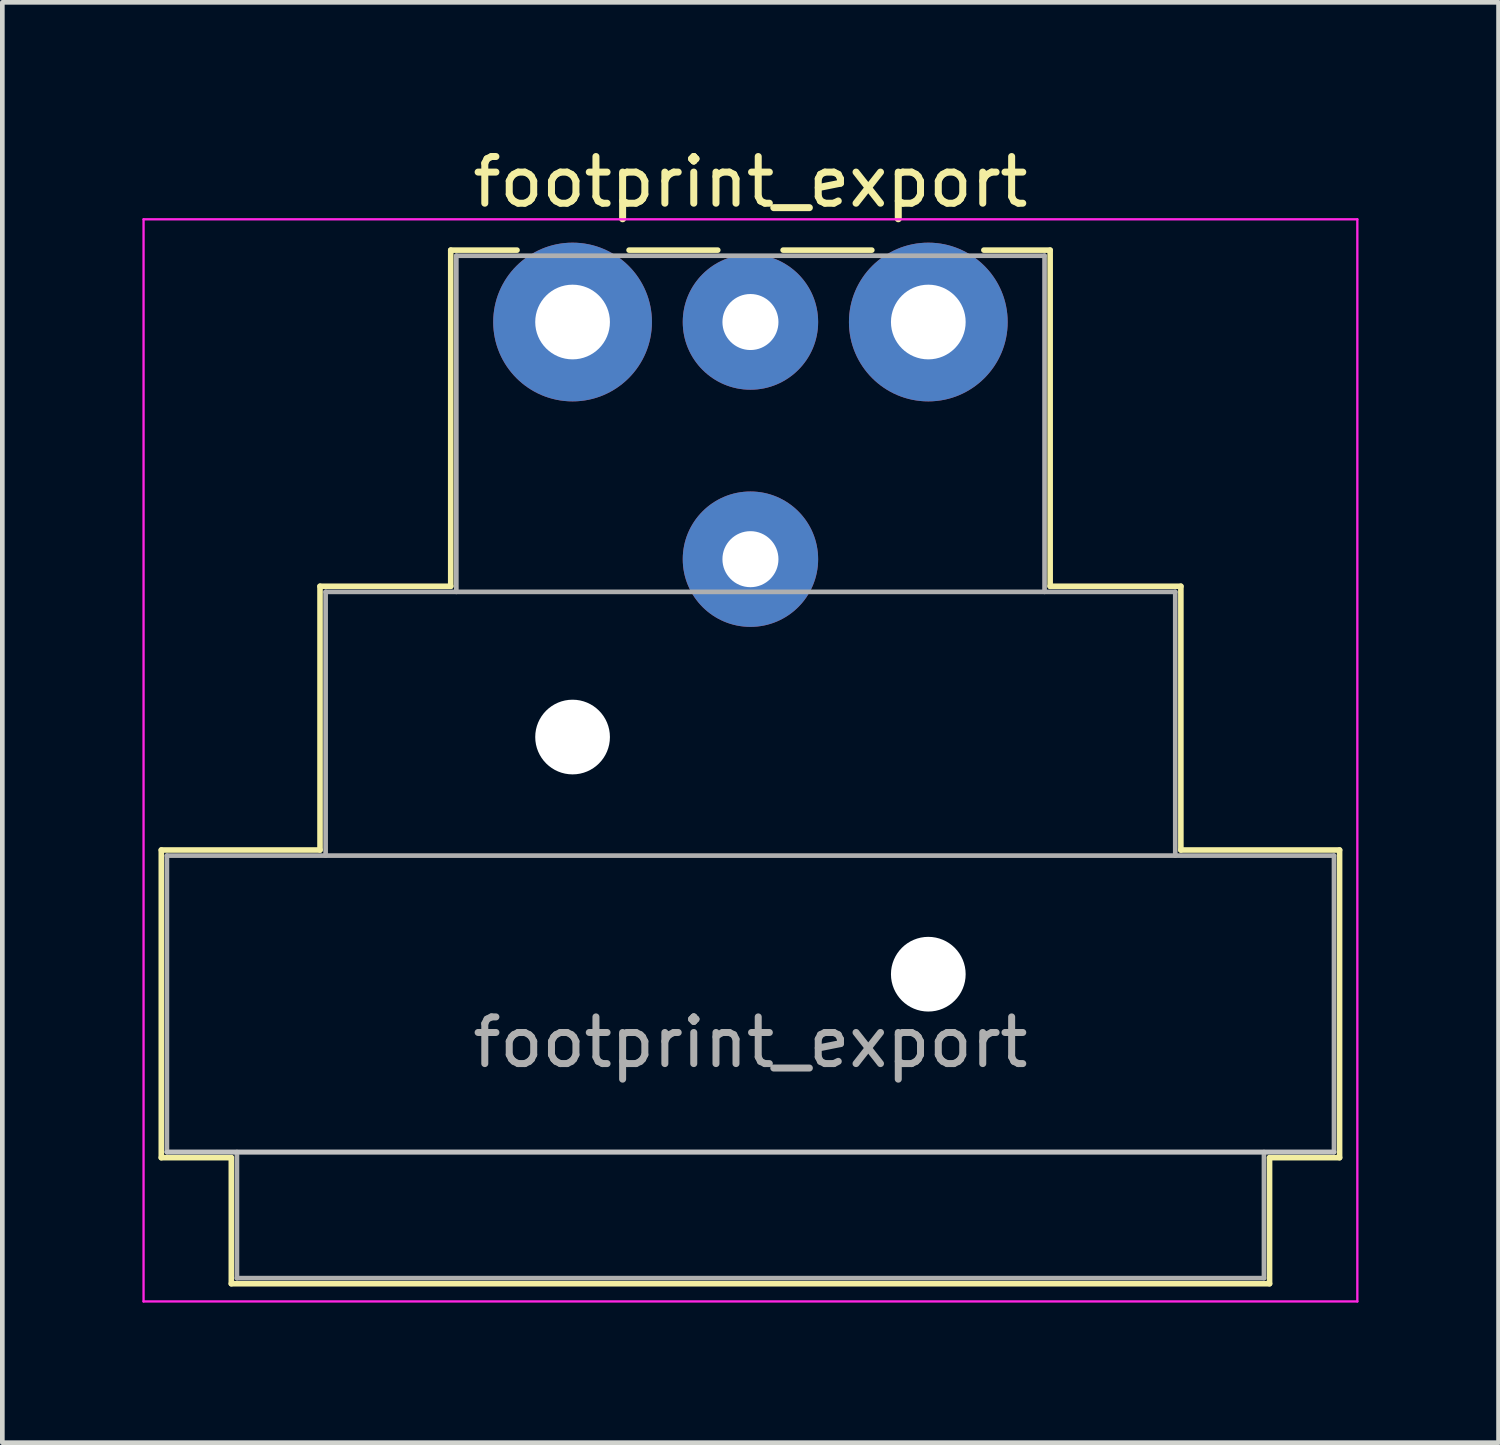
<source format=kicad_pcb>
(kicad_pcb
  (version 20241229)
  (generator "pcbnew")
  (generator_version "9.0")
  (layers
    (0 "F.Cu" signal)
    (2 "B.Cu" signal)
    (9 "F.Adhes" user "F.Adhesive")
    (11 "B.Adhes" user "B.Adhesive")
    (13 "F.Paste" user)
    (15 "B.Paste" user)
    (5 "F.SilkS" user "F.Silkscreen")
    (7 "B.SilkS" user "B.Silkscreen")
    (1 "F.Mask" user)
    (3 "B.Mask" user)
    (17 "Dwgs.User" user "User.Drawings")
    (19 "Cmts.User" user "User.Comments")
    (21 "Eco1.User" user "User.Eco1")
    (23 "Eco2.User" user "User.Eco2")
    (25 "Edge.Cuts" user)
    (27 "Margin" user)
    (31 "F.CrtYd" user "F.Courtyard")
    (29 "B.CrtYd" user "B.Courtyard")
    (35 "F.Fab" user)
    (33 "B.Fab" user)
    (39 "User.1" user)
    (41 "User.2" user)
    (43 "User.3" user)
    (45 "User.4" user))
  (footprint "footprint_export"
    (layer "F.Cu")
    (at 9.215 3.848)
    (property "Reference" "footprint_export" (at 3.81 -3 0) (layer "F.SilkS") (effects (font (size 1 1) (thickness 0.15))))
    (attr through_hole)
    (fp_line (start -8.81 11.31) (end -5.41 11.31) (stroke (width 0.12) (type solid)) (layer "F.SilkS"))
    (fp_line (start -8.81 17.9) (end -8.81 11.31) (stroke (width 0.12) (type solid)) (layer "F.SilkS"))
    (fp_line (start -7.31 17.9) (end -8.81 17.9) (stroke (width 0.12) (type solid)) (layer "F.SilkS"))
    (fp_line (start -7.31 17.9) (end -7.31 20.6) (stroke (width 0.12) (type solid)) (layer "F.SilkS"))
    (fp_line (start -5.41 11.31) (end -5.41 5.66) (stroke (width 0.12) (type solid)) (layer "F.SilkS"))
    (fp_line (start -2.61 5.66) (end -5.41 5.66) (stroke (width 0.12) (type solid)) (layer "F.SilkS"))
    (fp_line (start -2.61 5.66) (end -2.61 -1.54) (stroke (width 0.12) (type solid)) (layer "F.SilkS"))
    (fp_line (start -1.19 -1.54) (end -2.61 -1.54) (stroke (width 0.12) (type solid)) (layer "F.SilkS"))
    (fp_line (start 3.11 -1.54) (end 1.21 -1.54) (stroke (width 0.12) (type solid)) (layer "F.SilkS"))
    (fp_line (start 4.51 -1.54) (end 6.41 -1.54) (stroke (width 0.12) (type solid)) (layer "F.SilkS"))
    (fp_line (start 10.23 -1.54) (end 8.81 -1.54) (stroke (width 0.12) (type solid)) (layer "F.SilkS"))
    (fp_line (start 10.23 5.66) (end 10.23 -1.54) (stroke (width 0.12) (type solid)) (layer "F.SilkS"))
    (fp_line (start 10.23 5.66) (end 13.03 5.66) (stroke (width 0.12) (type solid)) (layer "F.SilkS"))
    (fp_line (start 13.03 11.31) (end 13.03 5.66) (stroke (width 0.12) (type solid)) (layer "F.SilkS"))
    (fp_line (start 13.03 11.31) (end 16.43 11.31) (stroke (width 0.12) (type solid)) (layer "F.SilkS"))
    (fp_line (start 14.93 17.9) (end 14.93 20.6) (stroke (width 0.12) (type solid)) (layer "F.SilkS"))
    (fp_line (start 14.93 20.6) (end -7.31 20.6) (stroke (width 0.12) (type solid)) (layer "F.SilkS"))
    (fp_line (start 16.43 17.9) (end 14.93 17.9) (stroke (width 0.12) (type solid)) (layer "F.SilkS"))
    (fp_line (start 16.43 17.9) (end 16.43 11.31) (stroke (width 0.12) (type solid)) (layer "F.SilkS"))
    (fp_line (start 16.31 17.78) (end -8.69 17.78) (stroke (width 0.1) (type solid)) (layer "Dwgs.User"))
    (fp_line (start -9.19 20.98) (end -9.19 -2.2) (stroke (width 0.05) (type solid)) (layer "F.CrtYd"))
    (fp_line (start 16.81 -2.2) (end -9.19 -2.2) (stroke (width 0.05) (type solid)) (layer "F.CrtYd"))
    (fp_line (start 16.81 20.98) (end -9.19 20.98) (stroke (width 0.05) (type solid)) (layer "F.CrtYd"))
    (fp_line (start 16.81 20.98) (end 16.81 -2.2) (stroke (width 0.05) (type solid)) (layer "F.CrtYd"))
    (fp_line (start -8.69 11.43) (end 16.31 11.43) (stroke (width 0.1) (type solid)) (layer "F.Fab"))
    (fp_line (start -8.69 17.78) (end -8.69 11.43) (stroke (width 0.1) (type solid)) (layer "F.Fab"))
    (fp_line (start -7.19 20.48) (end -7.19 17.78) (stroke (width 0.1) (type solid)) (layer "F.Fab"))
    (fp_line (start -5.29 5.78) (end -5.29 11.43) (stroke (width 0.1) (type solid)) (layer "F.Fab"))
    (fp_line (start -5.29 5.78) (end 12.91 5.78) (stroke (width 0.1) (type solid)) (layer "F.Fab"))
    (fp_line (start -2.49 5.78) (end -2.49 -1.42) (stroke (width 0.1) (type solid)) (layer "F.Fab"))
    (fp_line (start 10.11 -1.42) (end -2.49 -1.42) (stroke (width 0.1) (type solid)) (layer "F.Fab"))
    (fp_line (start 10.11 5.78) (end 10.11 -1.42) (stroke (width 0.1) (type solid)) (layer "F.Fab"))
    (fp_line (start 12.91 11.43) (end 12.91 5.78) (stroke (width 0.1) (type solid)) (layer "F.Fab"))
    (fp_line (start 14.81 17.78) (end 14.81 20.48) (stroke (width 0.1) (type solid)) (layer "F.Fab"))
    (fp_line (start 14.81 20.48) (end -7.19 20.48) (stroke (width 0.1) (type solid)) (layer "F.Fab"))
    (fp_line (start 16.31 11.43) (end 16.31 17.78) (stroke (width 0.1) (type solid)) (layer "F.Fab"))
    (fp_line (start 16.31 17.78) (end -8.69 17.78) (stroke (width 0.1) (type solid)) (layer "F.Fab"))
    (fp_text user "${REFERENCE}" (at 3.81 15.43 0) (layer "F.Fab") (effects (font (size 1 1) (thickness 0.15))))
    (pad "" np_thru_hole circle (at 0 8.89) (size 1.6 1.6) (drill 1.6) (layers "*.Cu" "*.Mask"))
    (pad "" np_thru_hole circle (at 7.62 13.97) (size 1.6 1.6) (drill 1.6) (layers "*.Cu" "*.Mask"))
    (pad "1" thru_hole circle (at 0 0) (size 3.4 3.4) (drill 1.6) (layers "*.Cu" "*.Mask"))
    (pad "2" thru_hole circle (at 7.62 0) (size 3.4 3.4) (drill 1.6) (layers "*.Cu" "*.Mask"))
    (pad "3" thru_hole circle (at 3.81 0) (size 2.9 2.9) (drill 1.2) (layers "*.Cu" "*.Mask"))
    (pad "G" thru_hole circle (at 3.81 5.08) (size 2.9 2.9) (drill 1.2) (layers "*.Cu" "*.Mask")))
  (gr_rect
    (start -3 -3)
    (end 29.05 27.853)
    (stroke (width 0.1) (type default))
    (fill no)
    (layer "Edge.Cuts")))
</source>
